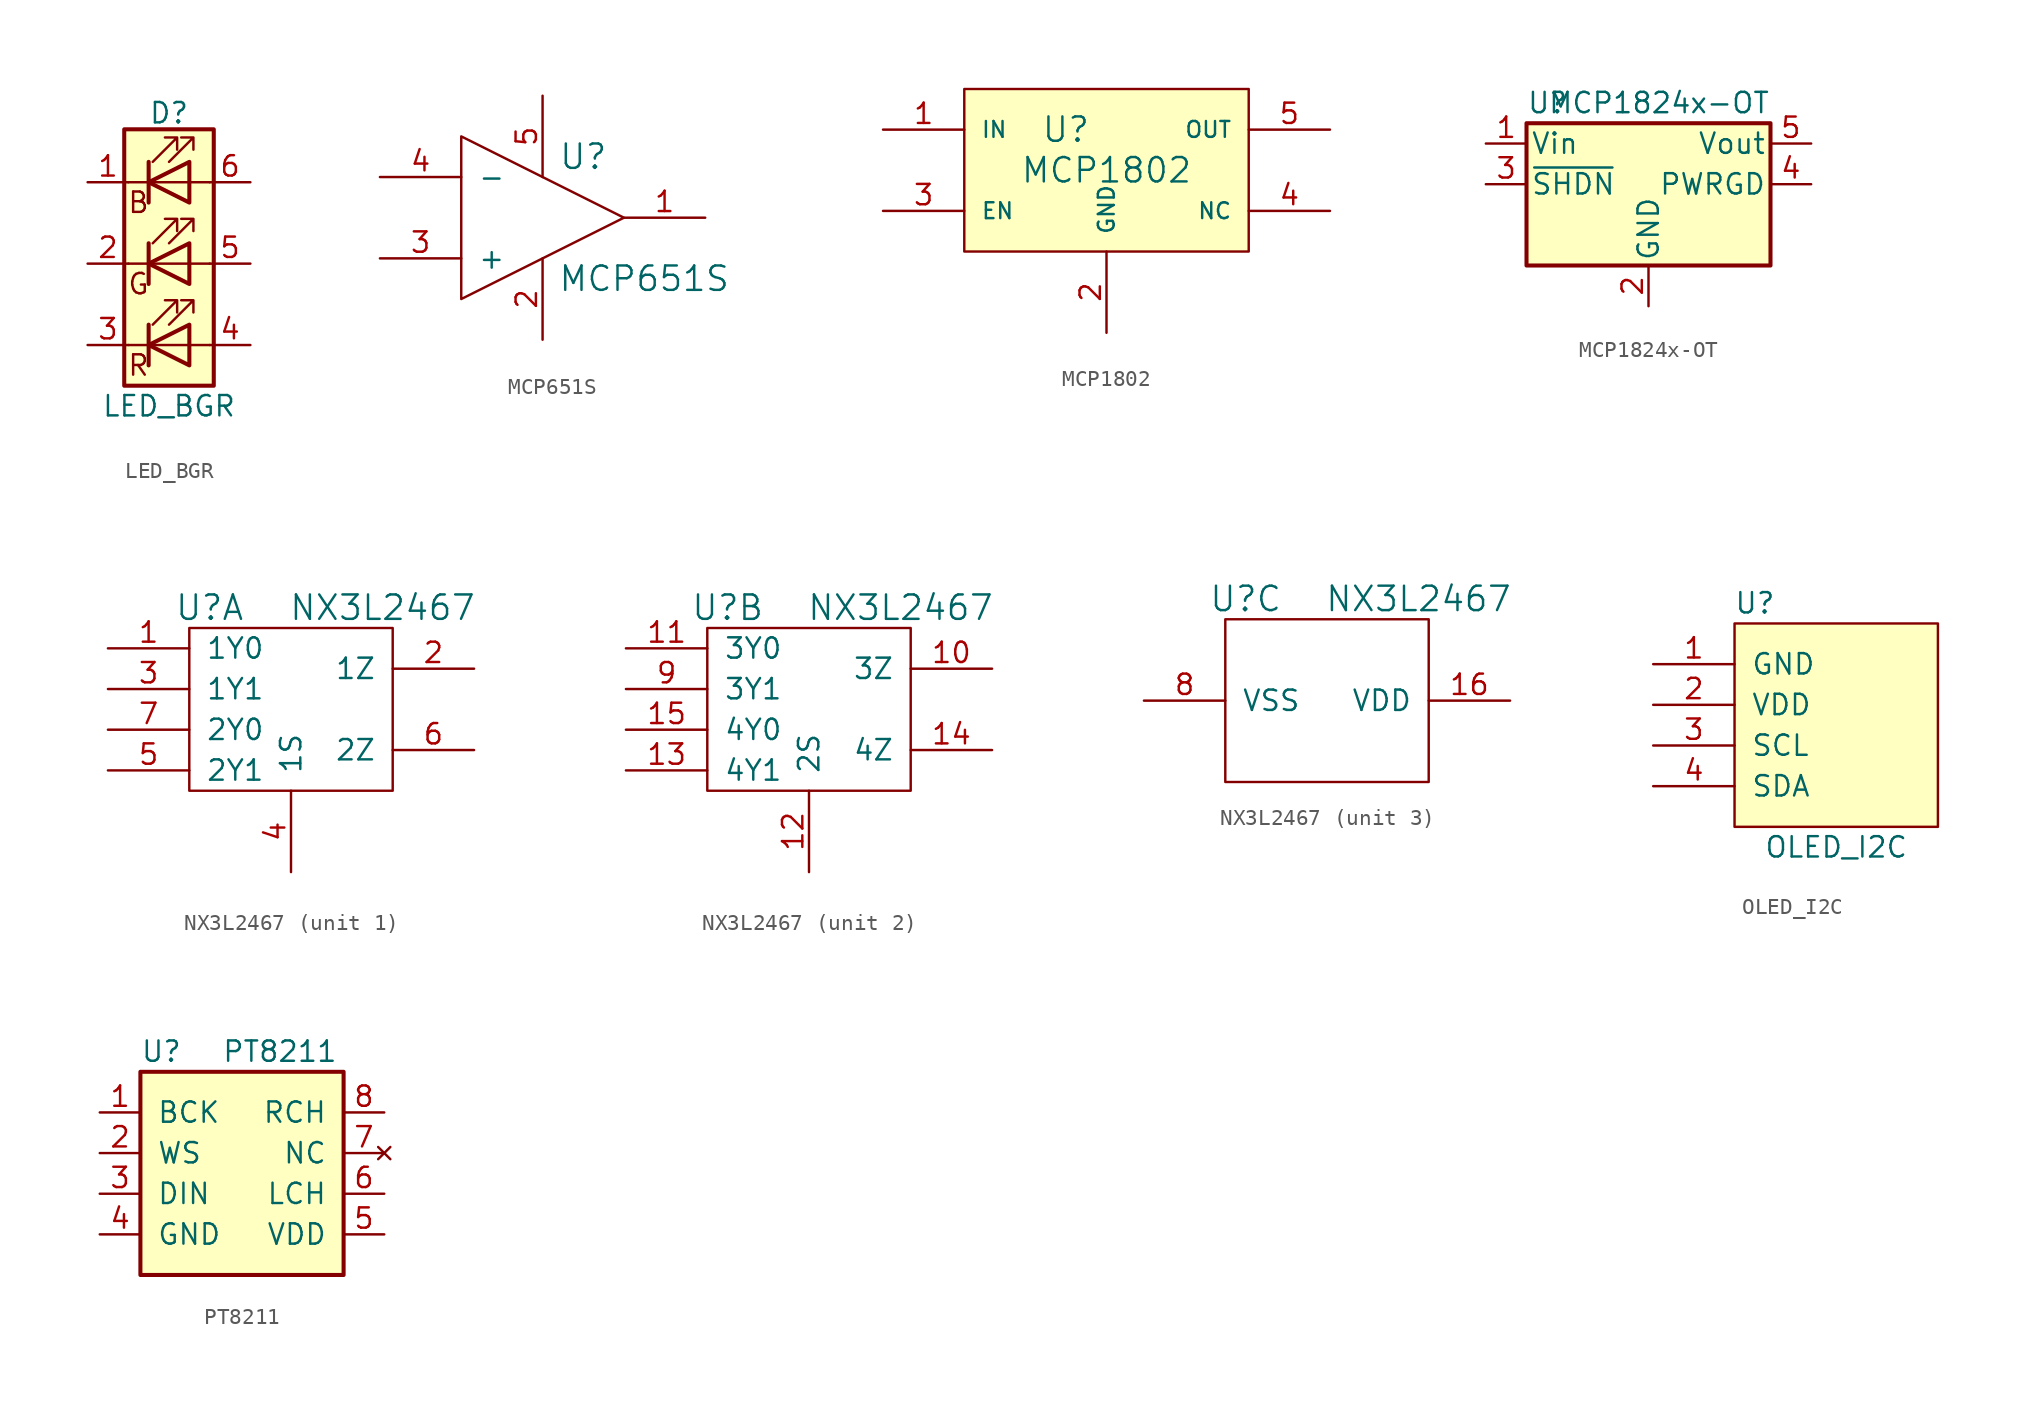
<source format=kicad_sym>
(kicad_symbol_lib
  (version 20211014)
  (generator kicad_symbol_editor)
  (symbol "LED_BGR"
    (pin_names
      (offset 0) hide)
    (property "Reference" "D"
      (at 0 9.398 0)
      (effects (font (size 1.27 1.27))))
    (property "Value" "LED_BGR"
      (at 0 -8.89 0)
      (effects (font (size 1.27 1.27))))
    (symbol "LED_BGR_0_0"
      (text "B" (at -1.905 3.81 0) (effects (font (size 1.27 1.27))))
      (text "G" (at -1.905 -1.27 0) (effects (font (size 1.27 1.27))))
      (text "R" (at -1.905 -6.35 0) (effects (font (size 1.27 1.27)))))
    (symbol "LED_BGR_0_1"
      (polyline (pts (xy -1.27 -5.08) (xy -2.54 -5.08)) (stroke (width 0) (type default) (color 0 0 0 0)) (fill (type none)))
      (polyline (pts (xy -1.27 -5.08) (xy 1.27 -5.08)) (stroke (width 0) (type default) (color 0 0 0 0)) (fill (type none)))
      (polyline (pts (xy -1.27 -3.81) (xy -1.27 -6.35)) (stroke (width 0.254) (type default) (color 0 0 0 0)) (fill (type none)))
      (polyline (pts (xy -1.27 0) (xy -2.54 0)) (stroke (width 0) (type default) (color 0 0 0 0)) (fill (type none)))
      (polyline (pts (xy -1.27 1.27) (xy -1.27 -1.27)) (stroke (width 0.254) (type default) (color 0 0 0 0)) (fill (type none)))
      (polyline (pts (xy -1.27 5.08) (xy -2.54 5.08)) (stroke (width 0) (type default) (color 0 0 0 0)) (fill (type none)))
      (polyline (pts (xy -1.27 5.08) (xy 1.27 5.08)) (stroke (width 0) (type default) (color 0 0 0 0)) (fill (type none)))
      (polyline (pts (xy -1.27 6.35) (xy -1.27 3.81)) (stroke (width 0.254) (type default) (color 0 0 0 0)) (fill (type none)))
      (polyline (pts (xy 1.27 -5.08) (xy 2.54 -5.08)) (stroke (width 0) (type default) (color 0 0 0 0)) (fill (type none)))
      (polyline (pts (xy 1.27 0) (xy -1.27 0)) (stroke (width 0) (type default) (color 0 0 0 0)) (fill (type none)))
      (polyline (pts (xy 1.27 0) (xy 2.54 0)) (stroke (width 0) (type default) (color 0 0 0 0)) (fill (type none)))
      (polyline (pts (xy 1.27 5.08) (xy 2.54 5.08)) (stroke (width 0) (type default) (color 0 0 0 0)) (fill (type none)))
      (polyline (pts (xy -1.27 1.27) (xy -1.27 -1.27) (xy -1.27 -1.27)) (stroke (width 0) (type default) (color 0 0 0 0)) (fill (type none)))
      (polyline (pts (xy -1.27 6.35) (xy -1.27 3.81) (xy -1.27 3.81)) (stroke (width 0) (type default) (color 0 0 0 0)) (fill (type none)))
      (polyline (pts (xy 1.27 -3.81) (xy 1.27 -6.35) (xy -1.27 -5.08) (xy 1.27 -3.81)) (stroke (width 0.254) (type default) (color 0 0 0 0)) (fill (type none)))
      (polyline (pts (xy 1.27 1.27) (xy 1.27 -1.27) (xy -1.27 0) (xy 1.27 1.27)) (stroke (width 0.254) (type default) (color 0 0 0 0)) (fill (type none)))
      (polyline (pts (xy 1.27 6.35) (xy 1.27 3.81) (xy -1.27 5.08) (xy 1.27 6.35)) (stroke (width 0.254) (type default) (color 0 0 0 0)) (fill (type none)))
      (polyline (pts (xy -1.016 -3.81) (xy 0.508 -2.286) (xy -0.254 -2.286) (xy 0.508 -2.286) (xy 0.508 -3.048)) (stroke (width 0) (type default) (color 0 0 0 0)) (fill (type none)))
      (polyline (pts (xy -1.016 1.27) (xy 0.508 2.794) (xy -0.254 2.794) (xy 0.508 2.794) (xy 0.508 2.032)) (stroke (width 0) (type default) (color 0 0 0 0)) (fill (type none)))
      (polyline (pts (xy -1.016 6.35) (xy 0.508 7.874) (xy -0.254 7.874) (xy 0.508 7.874) (xy 0.508 7.112)) (stroke (width 0) (type default) (color 0 0 0 0)) (fill (type none)))
      (polyline (pts (xy 0 -3.81) (xy 1.524 -2.286) (xy 0.762 -2.286) (xy 1.524 -2.286) (xy 1.524 -3.048)) (stroke (width 0) (type default) (color 0 0 0 0)) (fill (type none)))
      (polyline (pts (xy 0 1.27) (xy 1.524 2.794) (xy 0.762 2.794) (xy 1.524 2.794) (xy 1.524 2.032)) (stroke (width 0) (type default) (color 0 0 0 0)) (fill (type none)))
      (polyline (pts (xy 0 6.35) (xy 1.524 7.874) (xy 0.762 7.874) (xy 1.524 7.874) (xy 1.524 7.112)) (stroke (width 0) (type default) (color 0 0 0 0)) (fill (type none)))
      (rectangle (start 1.27 -1.27) (end 1.27 1.27) (stroke (width 0) (type default) (color 0 0 0 0)) (fill (type none)))
      (rectangle (start 1.27 1.27) (end 1.27 1.27) (stroke (width 0) (type default) (color 0 0 0 0)) (fill (type none)))
      (rectangle (start 1.27 3.81) (end 1.27 6.35) (stroke (width 0) (type default) (color 0 0 0 0)) (fill (type none)))
      (rectangle (start 1.27 6.35) (end 1.27 6.35) (stroke (width 0) (type default) (color 0 0 0 0)) (fill (type none)))
      (rectangle (start 2.794 8.382) (end -2.794 -7.62) (stroke (width 0.254) (type default) (color 0 0 0 0)) (fill (type background))))
    (symbol "LED_BGR_1_1"
      (pin passive line (at -5.08 5.08 0) (length 2.54) (name "RK" (effects (font (size 1.27 1.27)))) (number "1" (effects (font (size 1.27 1.27)))))
      (pin passive line (at -5.08 0 0) (length 2.54) (name "GK" (effects (font (size 1.27 1.27)))) (number "2" (effects (font (size 1.27 1.27)))))
      (pin passive line (at -5.08 -5.08 0) (length 2.54) (name "BK" (effects (font (size 1.27 1.27)))) (number "3" (effects (font (size 1.27 1.27)))))
      (pin passive line (at 5.08 -5.08 180) (length 2.54) (name "BA" (effects (font (size 1.27 1.27)))) (number "4" (effects (font (size 1.27 1.27)))))
      (pin passive line (at 5.08 0 180) (length 2.54) (name "GA" (effects (font (size 1.27 1.27)))) (number "5" (effects (font (size 1.27 1.27)))))
      (pin passive line (at 5.08 5.08 180) (length 2.54) (name "RA" (effects (font (size 1.27 1.27)))) (number "6" (effects (font (size 1.27 1.27)))))))
  (symbol "MCP651S"
    (pin_names
      (offset 1.016))
    (property "Reference" "U"
      (at 2.54 3.81 0)
      (effects (font (size 1.524 1.524))))
    (property "Value" "MCP651S"
      (at 6.35 -3.81 0)
      (effects (font (size 1.524 1.524))))
    (property "Footprint" ""
      (at 0 0 0)
      (effects (font (size 1.524 1.524))))
    (property "Datasheet" ""
      (at 0 0 0)
      (effects (font (size 1.524 1.524))))
    (symbol "MCP651S_0_1"
      (polyline (pts (xy -5.08 5.08) (xy -5.08 -5.08) (xy 5.08 0) (xy -5.08 5.08)) (stroke (width 0) (type default) (color 0 0 0 0)) (fill (type none))))
    (symbol "MCP651S_1_1"
      (pin input line (at 10.16 0 180) (length 5.08) (name "~" (effects (font (size 1.27 1.27)))) (number "1" (effects (font (size 1.27 1.27)))))
      (pin input line (at 0 -7.62 90) (length 5.08) (name "~" (effects (font (size 1.27 1.27)))) (number "2" (effects (font (size 1.27 1.27)))))
      (pin input line (at -10.16 -2.54 0) (length 5.08) (name "+" (effects (font (size 1.27 1.27)))) (number "3" (effects (font (size 1.27 1.27)))))
      (pin input line (at -10.16 2.54 0) (length 5.08) (name "-" (effects (font (size 1.27 1.27)))) (number "4" (effects (font (size 1.27 1.27)))))
      (pin input line (at 0 7.62 270) (length 5.08) (name "~" (effects (font (size 1.27 1.27)))) (number "5" (effects (font (size 1.27 1.27)))))))
  (symbol "MCP1802"
    (pin_names
      (offset 1.016))
    (property "Reference" "U"
      (at -2.54 2.54 0)
      (effects (font (size 1.524 1.524))))
    (property "Value" "MCP1802"
      (at 0 0 0)
      (effects (font (size 1.524 1.524))))
    (property "Footprint" ""
      (at 3.81 1.27 0)
      (effects (font (size 1.524 1.524))))
    (property "Datasheet" ""
      (at 3.81 1.27 0)
      (effects (font (size 1.524 1.524))))
    (symbol "MCP1802_0_1"
      (rectangle (start -8.89 5.08) (end 8.89 -5.08) (stroke (width 0) (type default) (color 0 0 0 0)) (fill (type background))))
    (symbol "MCP1802_1_1"
      (pin power_in line (at -13.97 2.54 0) (length 5.08) (name "IN" (effects (font (size 0.991 0.991)))) (number "1" (effects (font (size 1.27 1.27)))))
      (pin power_in line (at 0 -10.16 90) (length 5.08) (name "GND" (effects (font (size 0.991 0.991)))) (number "2" (effects (font (size 1.27 1.27)))))
      (pin input line (at -13.97 -2.54 0) (length 5.08) (name "EN" (effects (font (size 0.991 0.991)))) (number "3" (effects (font (size 1.27 1.27)))))
      (pin passive line (at 13.97 -2.54 180) (length 5.08) (name "NC" (effects (font (size 0.991 0.991)))) (number "4" (effects (font (size 1.27 1.27)))))
      (pin power_out line (at 13.97 2.54 180) (length 5.08) (name "OUT" (effects (font (size 0.991 0.991)))) (number "5" (effects (font (size 1.27 1.27)))))))
  (symbol "MCP1824x-OT"
    (pin_names
      (offset 0.254))
    (property "Reference" "U"
      (at -7.62 5.08 0)
      (effects (font (size 1.27 1.27)) (justify left)))
    (property "Value" "MCP1824x-OT"
      (at 7.62 5.08 0)
      (effects (font (size 1.27 1.27)) (justify right)))
    (symbol "MCP1824x-OT_0_1"
      (rectangle (start -7.62 3.81) (end 7.62 -5.08) (stroke (width 0.254) (type default) (color 0 0 0 0)) (fill (type background))))
    (symbol "MCP1824x-OT_1_1"
      (pin power_in line (at -10.16 2.54 0) (length 2.54) (name "Vin" (effects (font (size 1.27 1.27)))) (number "1" (effects (font (size 1.27 1.27)))))
      (pin power_in line (at 0 -7.62 90) (length 2.54) (name "GND" (effects (font (size 1.27 1.27)))) (number "2" (effects (font (size 1.27 1.27)))))
      (pin input line (at -10.16 0 0) (length 2.54) (name "~{SHDN}" (effects (font (size 1.27 1.27)))) (number "3" (effects (font (size 1.27 1.27)))))
      (pin open_collector line (at 10.16 0 180) (length 2.54) (name "PWRGD" (effects (font (size 1.27 1.27)))) (number "4" (effects (font (size 1.27 1.27)))))
      (pin power_out line (at 10.16 2.54 180) (length 2.54) (name "Vout" (effects (font (size 1.27 1.27)))) (number "5" (effects (font (size 1.27 1.27)))))))
  (symbol "NX3L2467"
    (pin_names
      (offset 1.016))
    (property "Reference" "U"
      (at -5.08 6.35 0)
      (effects (font (size 1.524 1.524))))
    (property "Value" "NX3L2467"
      (at 5.715 6.35 0)
      (effects (font (size 1.524 1.524))))
    (property "ki_locked" ""
      (at 0 0 0)
      (effects (font (size 1.27 1.27))))
    (symbol "NX3L2467_0_1"
      (rectangle (start -6.35 5.08) (end 6.35 -5.08) (stroke (width 0) (type default) (color 0 0 0 0)) (fill (type none))))
    (symbol "NX3L2467_1_1"
      (pin passive line (at -11.43 3.81 0) (length 5.08) (name "1Y0" (effects (font (size 1.27 1.27)))) (number "1" (effects (font (size 1.27 1.27)))))
      (pin passive line (at 11.43 2.54 180) (length 5.08) (name "1Z" (effects (font (size 1.27 1.27)))) (number "2" (effects (font (size 1.27 1.27)))))
      (pin passive line (at -11.43 1.27 0) (length 5.08) (name "1Y1" (effects (font (size 1.27 1.27)))) (number "3" (effects (font (size 1.27 1.27)))))
      (pin input line (at 0 -10.16 90) (length 5.08) (name "1S" (effects (font (size 1.27 1.27)))) (number "4" (effects (font (size 1.27 1.27)))))
      (pin passive line (at -11.43 -3.81 0) (length 5.08) (name "2Y1" (effects (font (size 1.27 1.27)))) (number "5" (effects (font (size 1.27 1.27)))))
      (pin passive line (at 11.43 -2.54 180) (length 5.08) (name "2Z" (effects (font (size 1.27 1.27)))) (number "6" (effects (font (size 1.27 1.27)))))
      (pin passive line (at -11.43 -1.27 0) (length 5.08) (name "2Y0" (effects (font (size 1.27 1.27)))) (number "7" (effects (font (size 1.27 1.27))))))
    (symbol "NX3L2467_2_1"
      (pin passive line (at 11.43 2.54 180) (length 5.08) (name "3Z" (effects (font (size 1.27 1.27)))) (number "10" (effects (font (size 1.27 1.27)))))
      (pin passive line (at -11.43 3.81 0) (length 5.08) (name "3Y0" (effects (font (size 1.27 1.27)))) (number "11" (effects (font (size 1.27 1.27)))))
      (pin input line (at 0 -10.16 90) (length 5.08) (name "2S" (effects (font (size 1.27 1.27)))) (number "12" (effects (font (size 1.27 1.27)))))
      (pin passive line (at -11.43 -3.81 0) (length 5.08) (name "4Y1" (effects (font (size 1.27 1.27)))) (number "13" (effects (font (size 1.27 1.27)))))
      (pin passive line (at 11.43 -2.54 180) (length 5.08) (name "4Z" (effects (font (size 1.27 1.27)))) (number "14" (effects (font (size 1.27 1.27)))))
      (pin passive line (at -11.43 -1.27 0) (length 5.08) (name "4Y0" (effects (font (size 1.27 1.27)))) (number "15" (effects (font (size 1.27 1.27)))))
      (pin passive line (at -11.43 1.27 0) (length 5.08) (name "3Y1" (effects (font (size 1.27 1.27)))) (number "9" (effects (font (size 1.27 1.27))))))
    (symbol "NX3L2467_3_1"
      (pin power_in line (at 11.43 0 180) (length 5.08) (name "VDD" (effects (font (size 1.27 1.27)))) (number "16" (effects (font (size 1.27 1.27)))))
      (pin power_in line (at -11.43 0 0) (length 5.08) (name "VSS" (effects (font (size 1.27 1.27)))) (number "8" (effects (font (size 1.27 1.27)))))))
  (symbol "OLED_I2C"
    (pin_names
      (offset 1.016))
    (property "Reference" "U"
      (at -1.27 8.89 0)
      (effects (font (size 1.27 1.27))))
    (property "Value" "OLED_I2C"
      (at 3.81 -6.35 0)
      (effects (font (size 1.27 1.27))))
    (symbol "OLED_I2C_0_1"
      (rectangle (start -2.54 7.62) (end 10.16 -5.08) (stroke (width 0) (type default) (color 0 0 0 0)) (fill (type background))))
    (symbol "OLED_I2C_1_1"
      (pin power_in line (at -7.62 5.08 0) (length 5.08) (name "GND" (effects (font (size 1.27 1.27)))) (number "1" (effects (font (size 1.27 1.27)))))
      (pin power_in line (at -7.62 2.54 0) (length 5.08) (name "VDD" (effects (font (size 1.27 1.27)))) (number "2" (effects (font (size 1.27 1.27)))))
      (pin power_in line (at -7.62 0 0) (length 5.08) (name "SCL" (effects (font (size 1.27 1.27)))) (number "3" (effects (font (size 1.27 1.27)))))
      (pin power_in line (at -7.62 -2.54 0) (length 5.08) (name "SDA" (effects (font (size 1.27 1.27)))) (number "4" (effects (font (size 1.27 1.27)))))))
  (symbol "PT8211"
    (pin_names
      (offset 1.016))
    (property "Reference" "U"
      (at -6.35 10.16 0)
      (effects (font (size 1.27 1.27)) (justify left)))
    (property "Value" "PT8211"
      (at -1.27 10.16 0)
      (effects (font (size 1.27 1.27)) (justify left)))
    (symbol "PT8211_0_1"
      (rectangle (start -6.35 8.89) (end 6.35 -3.81) (stroke (width 0.254) (type default) (color 0 0 0 0)) (fill (type background))))
    (symbol "PT8211_1_1"
      (pin input line (at -8.89 6.35 0) (length 2.54) (name "BCK" (effects (font (size 1.27 1.27)))) (number "1" (effects (font (size 1.27 1.27)))))
      (pin input line (at -8.89 3.81 0) (length 2.54) (name "WS" (effects (font (size 1.27 1.27)))) (number "2" (effects (font (size 1.27 1.27)))))
      (pin input line (at -8.89 1.27 0) (length 2.54) (name "DIN" (effects (font (size 1.27 1.27)))) (number "3" (effects (font (size 1.27 1.27)))))
      (pin power_in line (at -8.89 -1.27 0) (length 2.54) (name "GND" (effects (font (size 1.27 1.27)))) (number "4" (effects (font (size 1.27 1.27)))))
      (pin power_in line (at 8.89 -1.27 180) (length 2.54) (name "VDD" (effects (font (size 1.27 1.27)))) (number "5" (effects (font (size 1.27 1.27)))))
      (pin output line (at 8.89 1.27 180) (length 2.54) (name "LCH" (effects (font (size 1.27 1.27)))) (number "6" (effects (font (size 1.27 1.27)))))
      (pin no_connect line (at 8.89 3.81 180) (length 2.54) (name "NC" (effects (font (size 1.27 1.27)))) (number "7" (effects (font (size 1.27 1.27)))))
      (pin output line (at 8.89 6.35 180) (length 2.54) (name "RCH" (effects (font (size 1.27 1.27)))) (number "8" (effects (font (size 1.27 1.27))))))))
</source>
